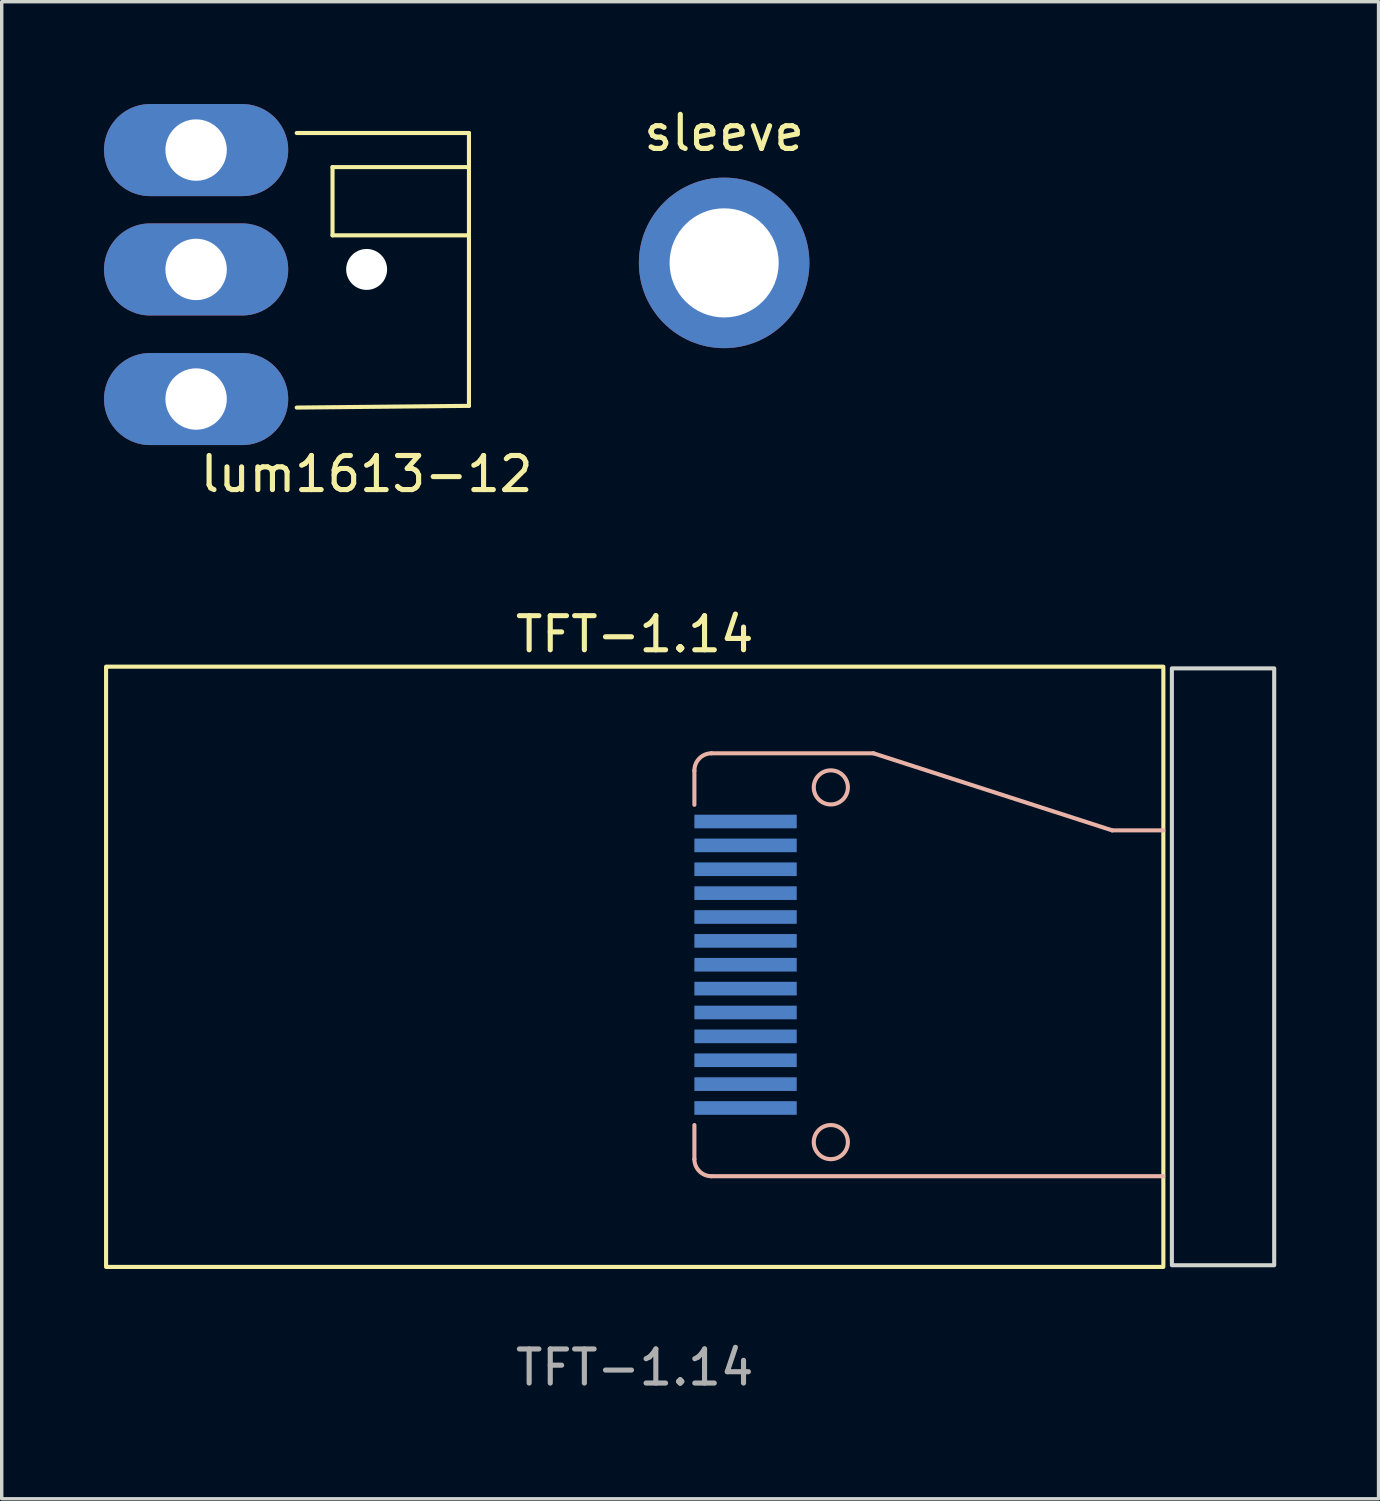
<source format=kicad_pcb>
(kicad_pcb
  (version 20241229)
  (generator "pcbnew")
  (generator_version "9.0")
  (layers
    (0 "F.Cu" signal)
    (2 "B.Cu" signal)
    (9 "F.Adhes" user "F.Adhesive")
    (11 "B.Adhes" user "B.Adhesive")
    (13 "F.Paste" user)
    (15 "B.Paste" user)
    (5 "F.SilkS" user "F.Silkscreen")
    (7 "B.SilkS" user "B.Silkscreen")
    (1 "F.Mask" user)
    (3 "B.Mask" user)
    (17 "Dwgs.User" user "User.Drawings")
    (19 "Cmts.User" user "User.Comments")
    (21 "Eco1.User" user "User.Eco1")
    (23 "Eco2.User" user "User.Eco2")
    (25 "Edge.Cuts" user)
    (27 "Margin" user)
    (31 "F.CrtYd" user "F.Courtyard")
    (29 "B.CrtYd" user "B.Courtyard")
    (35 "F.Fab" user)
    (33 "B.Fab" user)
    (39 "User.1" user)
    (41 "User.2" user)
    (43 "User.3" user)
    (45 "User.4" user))
  (footprint "sleeve"
    (layer "F.Cu")
    (at 18.182 4.658)
    (property "Reference" "sleeve" (at 0 -3.81 0) (layer "F.SilkS") (effects (font (size 1 1) (thickness 0.15))))
    (attr through_hole)
    (pad "1" thru_hole circle (at 0 0) (size 5 5) (drill 3.2) (layers "*.Cu" "*.Mask")))
  (footprint "TFT-1.14"
    (layer "F.Cu")
    (at 15.56 25.297)
    (property "Reference" "TFT-1.14" (at 0 -9.75 0) (unlocked yes) (layer "F.SilkS") (effects (font (size 1 1) (thickness 0.15))))
    (attr smd)
    (fp_rect (start -15.5 -8.8) (end 15.5 8.8) (stroke (width 0.12) (type solid)) (fill no) (layer "F.SilkS"))
    (fp_line (start 1.75 -4.75) (end 1.75 -5.75) (stroke (width 0.12) (type solid)) (layer "B.SilkS"))
    (fp_line (start 1.75 5.64) (end 1.75 4.64) (stroke (width 0.12) (type solid)) (layer "B.SilkS"))
    (fp_line (start 2.25 -6.26) (end 7 -6.26) (stroke (width 0.12) (type solid)) (layer "B.SilkS"))
    (fp_line (start 7 -6.26) (end 14 -4) (stroke (width 0.12) (type solid)) (layer "B.SilkS"))
    (fp_line (start 15.5 -4) (end 14 -4) (stroke (width 0.12) (type solid)) (layer "B.SilkS"))
    (fp_line (start 15.5 6.14) (end 2.25 6.14) (stroke (width 0.12) (type solid)) (layer "B.SilkS"))
    (fp_arc (start 1.75 -5.75) (mid 1.894376 -6.108553) (end 2.25 -6.26) (stroke (width 0.12) (type solid)) (layer "B.SilkS"))
    (fp_arc (start 2.25 6.14) (mid 1.896447 5.993553) (end 1.75 5.64) (stroke (width 0.12) (type solid)) (layer "B.SilkS"))
    (fp_circle (center 5.75 -5.26) (end 6.25 -5.26) (stroke (width 0.12) (type solid)) (fill no) (layer "B.SilkS"))
    (fp_circle (center 5.75 5.14) (end 6.25 5.14) (stroke (width 0.12) (type solid)) (fill no) (layer "B.SilkS"))
    (fp_rect (start 15.75 -8.75) (end 18.75 8.75) (stroke (width 0.12) (type solid)) (fill no) (layer "Edge.Cuts"))
    (fp_text user "${REFERENCE}" (at 0 11.75 0) (unlocked yes) (layer "F.Fab") (effects (font (size 1 1) (thickness 0.15))))
    (pad "1" smd rect (at 3.25 -4.26 90) (size 0.4 3) (layers "F.Mask" "B.Cu" "F.Paste"))
    (pad "2" smd rect (at 3.25 -3.56 90) (size 0.4 3) (layers "F.Mask" "B.Cu" "F.Paste"))
    (pad "3" smd rect (at 3.25 -2.86 90) (size 0.4 3) (layers "F.Mask" "B.Cu" "F.Paste"))
    (pad "4" smd rect (at 3.25 -2.16 90) (size 0.4 3) (layers "F.Mask" "B.Cu" "F.Paste"))
    (pad "5" smd rect (at 3.25 -1.46 90) (size 0.4 3) (layers "F.Mask" "B.Cu" "F.Paste"))
    (pad "6" smd rect (at 3.25 -0.76 90) (size 0.4 3) (layers "F.Mask" "B.Cu" "F.Paste"))
    (pad "7" smd rect (at 3.25 -0.06 90) (size 0.4 3) (layers "F.Mask" "B.Cu" "F.Paste"))
    (pad "8" smd rect (at 3.25 0.64 90) (size 0.4 3) (layers "F.Mask" "B.Cu" "F.Paste"))
    (pad "9" smd rect (at 3.25 1.34 90) (size 0.4 3) (layers "F.Mask" "B.Cu" "F.Paste"))
    (pad "10" smd rect (at 3.25 2.04 90) (size 0.4 3) (layers "F.Mask" "B.Cu" "F.Paste"))
    (pad "11" smd rect (at 3.25 2.74 90) (size 0.4 3) (layers "F.Mask" "B.Cu" "F.Paste"))
    (pad "12" smd rect (at 3.25 3.44 90) (size 0.4 3) (layers "F.Mask" "B.Cu" "F.Paste"))
    (pad "13" smd rect (at 3.25 4.14 90) (size 0.4 3) (layers "F.Mask" "B.Cu" "F.Paste")))
  (footprint "lum1613-12"
    (layer "F.Cu")
    (at 2.7 4.85)
    (property "Reference" "lum1613-12" (at 5 6 0) (layer "F.SilkS") (effects (font (size 1 1) (thickness 0.15))))
    (attr through_hole)
    (fp_line (start 2.95 -4) (end 8 -4) (stroke (width 0.12) (type solid)) (layer "F.SilkS"))
    (fp_line (start 4 -3) (end 8 -3) (stroke (width 0.12) (type solid)) (layer "F.SilkS"))
    (fp_line (start 4 -1) (end 4 -3) (stroke (width 0.12) (type solid)) (layer "F.SilkS"))
    (fp_line (start 8 -4) (end 8 4) (stroke (width 0.12) (type solid)) (layer "F.SilkS"))
    (fp_line (start 8 -1) (end 4 -1) (stroke (width 0.12) (type solid)) (layer "F.SilkS"))
    (fp_line (start 8 4) (end 2.95 4.05) (stroke (width 0.12) (type solid)) (layer "F.SilkS"))
    (pad "" np_thru_hole circle (at 5 0) (size 1.2 1.2) (drill 1.2) (layers "*.Cu" "*.Mask"))
    (pad "3" thru_hole oval (at 0 3.8) (size 5.4 2.7) (drill 1.8) (layers "*.Cu" "*.Mask"))
    (pad "4" thru_hole oval (at 0 0) (size 5.4 2.7) (drill 1.8) (layers "*.Cu" "*.Mask"))
    (pad "5" thru_hole oval (at 0 -3.5) (size 5.4 2.7) (drill 1.8) (layers "*.Cu" "*.Mask")))
  (gr_rect
    (start -3 -3)
    (end 37.37 40.895)
    (stroke (width 0.1) (type default))
    (fill no)
    (layer "Edge.Cuts")))
</source>
